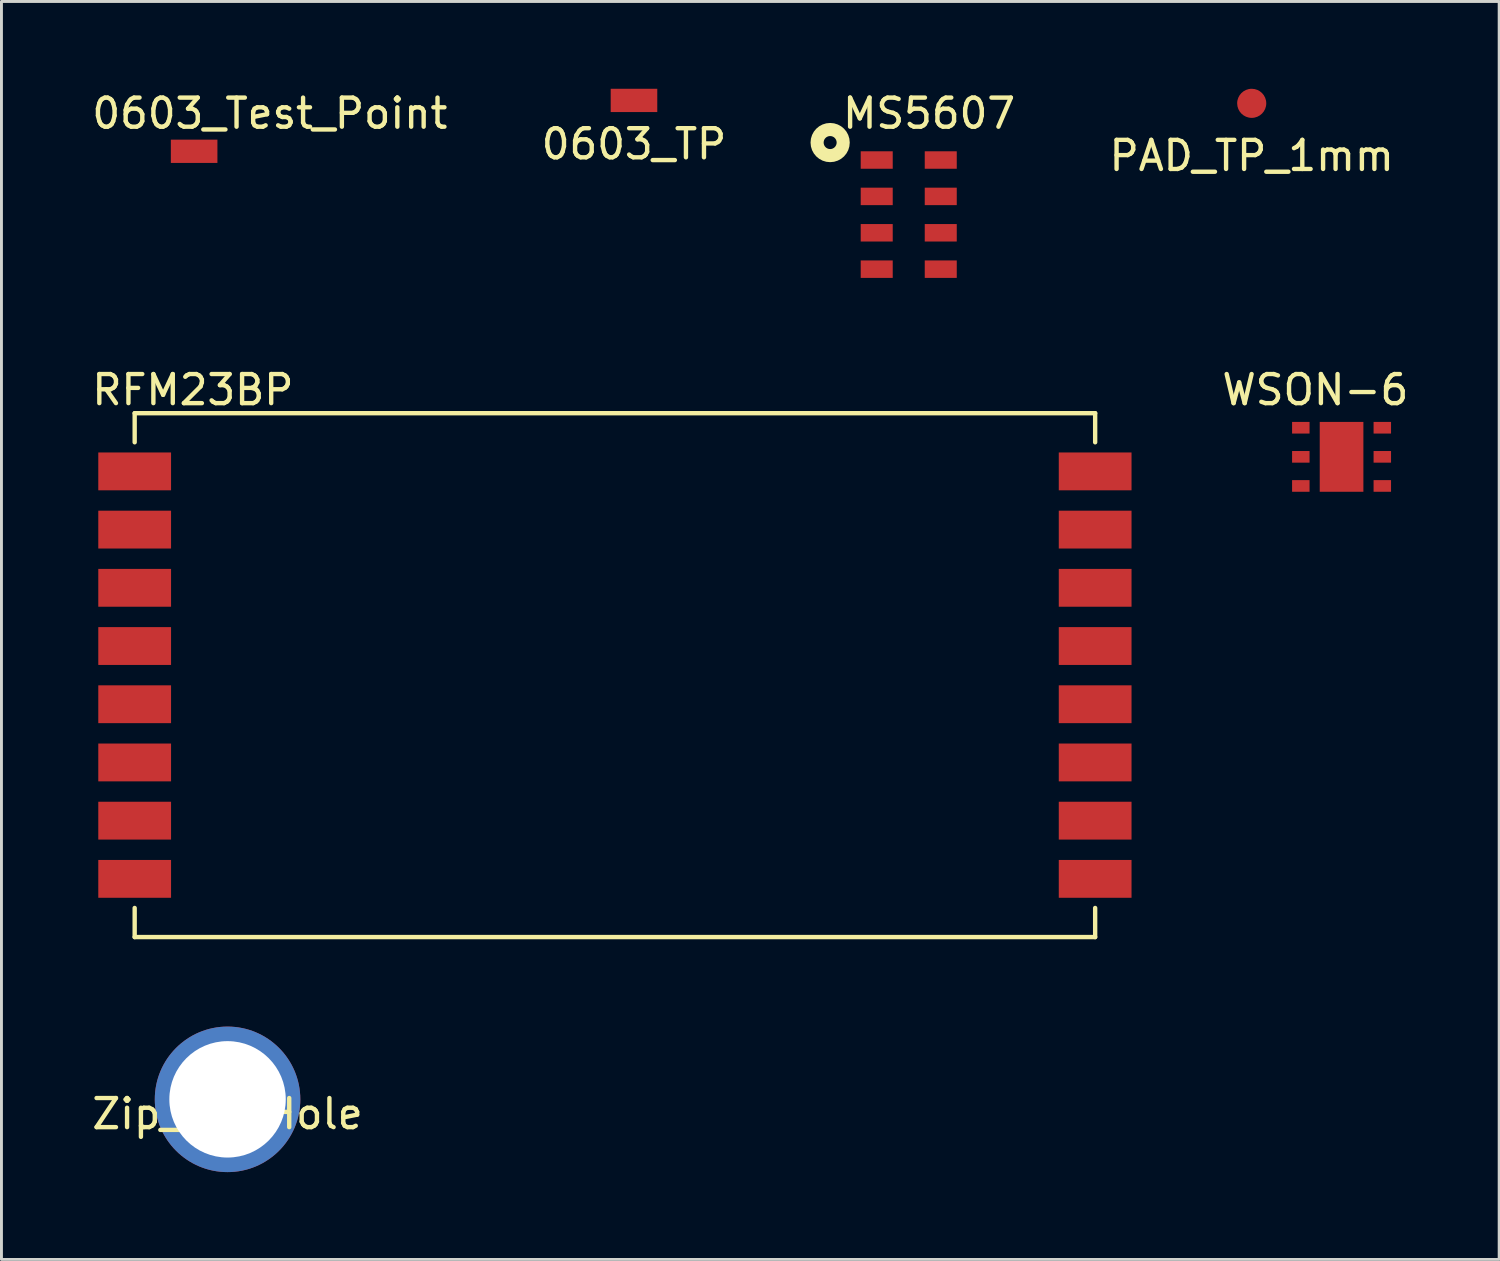
<source format=kicad_pcb>
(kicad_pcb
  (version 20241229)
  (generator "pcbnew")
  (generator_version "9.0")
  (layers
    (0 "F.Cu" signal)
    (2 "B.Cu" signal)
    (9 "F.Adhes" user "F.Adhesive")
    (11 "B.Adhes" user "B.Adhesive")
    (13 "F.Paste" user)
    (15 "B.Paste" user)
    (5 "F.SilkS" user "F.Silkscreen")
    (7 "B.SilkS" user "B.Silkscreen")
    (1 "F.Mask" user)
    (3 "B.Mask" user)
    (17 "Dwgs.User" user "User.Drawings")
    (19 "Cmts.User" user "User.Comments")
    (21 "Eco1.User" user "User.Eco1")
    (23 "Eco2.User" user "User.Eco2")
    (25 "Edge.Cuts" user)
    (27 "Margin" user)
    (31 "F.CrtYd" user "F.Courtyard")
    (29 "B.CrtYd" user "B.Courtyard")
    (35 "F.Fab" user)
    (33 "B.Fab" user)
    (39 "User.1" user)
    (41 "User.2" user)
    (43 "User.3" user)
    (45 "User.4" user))
  (footprint "0603_Test_Point"
    (layer "F.Cu")
    (at 3.62 2.148)
    (property "Reference" "0603_Test_Point" (at 2.6 -1.3 0) (layer "F.SilkS") (effects (font (size 1 1) (thickness 0.15))))
    (attr through_hole)
    (pad "1" smd rect (at 0 0) (size 1.6 0.8) (layers "F.Cu" "F.Mask" "F.Paste")))
  (footprint "MS5607"
    (layer "F.Cu")
    (at 28.172 2.448)
    (property "Reference" "MS5607" (at 0.7 -1.6 0) (layer "F.SilkS") (effects (font (size 1 1) (thickness 0.15))))
    (attr through_hole)
    (fp_circle (center -2.7 -0.6) (end -2.5 -0.7) (stroke (width 0.45) (type solid)) (fill no) (layer "F.SilkS"))
    (pad "1" smd rect (at -1.1 0) (size 1.1 0.6) (layers "F.Cu" "F.Mask" "F.Paste"))
    (pad "2" smd rect (at -1.1 1.25) (size 1.1 0.6) (layers "F.Cu" "F.Mask" "F.Paste"))
    (pad "3" smd rect (at -1.1 2.5) (size 1.1 0.6) (layers "F.Cu" "F.Mask" "F.Paste"))
    (pad "4" smd rect (at -1.1 3.75) (size 1.1 0.6) (layers "F.Cu" "F.Mask" "F.Paste"))
    (pad "5" smd rect (at 1.1 3.75) (size 1.1 0.6) (layers "F.Cu" "F.Mask" "F.Paste"))
    (pad "6" smd rect (at 1.1 2.5) (size 1.1 0.6) (layers "F.Cu" "F.Mask" "F.Paste"))
    (pad "7" smd rect (at 1.1 1.25) (size 1.1 0.6) (layers "F.Cu" "F.Mask" "F.Paste"))
    (pad "8" smd rect (at 1.1 0) (size 1.1 0.6) (layers "F.Cu" "F.Mask" "F.Paste")))
  (footprint "RFM23BP"
    (layer "F.Cu")
    (at 1.577 13.146)
    (property "Reference" "RFM23BP" (at 2 -2.8 0) (layer "F.SilkS") (effects (font (size 1 1) (thickness 0.15))))
    (attr through_hole)
    (fp_line (start 0 -2) (end 33 -2) (stroke (width 0.15) (type solid)) (layer "F.SilkS"))
    (fp_line (start 0 -1) (end 0 -2) (stroke (width 0.15) (type solid)) (layer "F.SilkS"))
    (fp_line (start 0 16) (end 0 15) (stroke (width 0.15) (type solid)) (layer "F.SilkS"))
    (fp_line (start 33 -2) (end 33 -1) (stroke (width 0.15) (type solid)) (layer "F.SilkS"))
    (fp_line (start 33 15) (end 33 16) (stroke (width 0.15) (type solid)) (layer "F.SilkS"))
    (fp_line (start 33 16) (end 0 16) (stroke (width 0.15) (type solid)) (layer "F.SilkS"))
    (pad "1" smd rect (at 0 0) (size 2.5 1.3) (layers "F.Cu" "F.Mask" "F.Paste"))
    (pad "2" smd rect (at 0 2) (size 2.5 1.3) (layers "F.Cu" "F.Mask" "F.Paste"))
    (pad "3" smd rect (at 0 4) (size 2.5 1.3) (layers "F.Cu" "F.Mask" "F.Paste"))
    (pad "4" smd rect (at 0 6) (size 2.5 1.3) (layers "F.Cu" "F.Mask" "F.Paste"))
    (pad "5" smd rect (at 0 8) (size 2.5 1.3) (layers "F.Cu" "F.Mask" "F.Paste"))
    (pad "6" smd rect (at 0 10) (size 2.5 1.3) (layers "F.Cu" "F.Mask" "F.Paste"))
    (pad "7" smd rect (at 0 12) (size 2.5 1.3) (layers "F.Cu" "F.Mask" "F.Paste"))
    (pad "8" smd rect (at 0 14) (size 2.5 1.3) (layers "F.Cu" "F.Mask" "F.Paste"))
    (pad "9" smd rect (at 33 14) (size 2.5 1.3) (layers "F.Cu" "F.Mask" "F.Paste"))
    (pad "10" smd rect (at 33 12) (size 2.5 1.3) (layers "F.Cu" "F.Mask" "F.Paste"))
    (pad "11" smd rect (at 33 10) (size 2.5 1.3) (layers "F.Cu" "F.Mask" "F.Paste"))
    (pad "12" smd rect (at 33 8) (size 2.5 1.3) (layers "F.Cu" "F.Mask" "F.Paste"))
    (pad "13" smd rect (at 33 6) (size 2.5 1.3) (layers "F.Cu" "F.Mask" "F.Paste"))
    (pad "14" smd rect (at 33 4) (size 2.5 1.3) (layers "F.Cu" "F.Mask" "F.Paste"))
    (pad "15" smd rect (at 33 2) (size 2.5 1.3) (layers "F.Cu" "F.Mask" "F.Paste"))
    (pad "16" smd rect (at 33 0) (size 2.5 1.3) (layers "F.Cu" "F.Mask" "F.Paste")))
  (footprint "PAD_TP_1mm"
    (layer "F.Cu")
    (at 39.956 0.5)
    (property "Reference" "PAD_TP_1mm" (at 0 1.8 0) (layer "F.SilkS") (effects (font (size 1 1) (thickness 0.15))))
    (attr through_hole)
    (pad "1" smd circle (at 0 0) (size 1 1) (layers "F.Cu" "F.Mask" "F.Paste")))
  (footprint "0603_TP"
    (layer "F.Cu")
    (at 18.732 0.4)
    (property "Reference" "0603_TP" (at 0 1.5 0) (layer "F.SilkS") (effects (font (size 1 1) (thickness 0.15))))
    (attr through_hole)
    (pad "1" smd rect (at 0 0) (size 1.6 0.8) (layers "F.Cu" "F.Mask" "F.Paste")))
  (footprint "WSON-6"
    (layer "F.Cu")
    (at 43.043 12.646)
    (property "Reference" "WSON-6" (at -0.9 -2.3 0) (layer "F.SilkS") (effects (font (size 1 1) (thickness 0.15))))
    (attr through_hole)
    (pad "1" smd rect (at -1.4 -1) (size 0.6 0.4) (layers "F.Cu" "F.Mask" "F.Paste"))
    (pad "2" smd rect (at -1.4 0) (size 0.6 0.4) (layers "F.Cu" "F.Mask" "F.Paste"))
    (pad "3" smd rect (at -1.4 1) (size 0.6 0.4) (layers "F.Cu" "F.Mask" "F.Paste"))
    (pad "4" smd rect (at 1.4 1) (size 0.6 0.4) (layers "F.Cu" "F.Mask" "F.Paste"))
    (pad "5" smd rect (at 1.4 0) (size 0.6 0.4) (layers "F.Cu" "F.Mask" "F.Paste"))
    (pad "6" smd rect (at 1.4 -1) (size 0.6 0.4) (layers "F.Cu" "F.Mask" "F.Paste"))
    (pad "7" smd rect (at 0 0) (size 1.5 2.4) (layers "F.Cu" "F.Mask" "F.Paste")))
  (footprint "Zip_Tie_Hole"
    (layer "F.Cu")
    (at 4.768 34.721)
    (property "Reference" "Zip_Tie_Hole" (at 0 0.5 0) (layer "F.SilkS") (effects (font (size 1 1) (thickness 0.15))))
    (attr through_hole)
    (pad "1" thru_hole circle (at 0 0) (size 5 5) (drill 4) (layers "*.Cu" "*.Mask")))
  (gr_rect
    (start -3 -3)
    (end 48.458 40.221)
    (stroke (width 0.1) (type default))
    (fill no)
    (layer "Edge.Cuts")))
</source>
